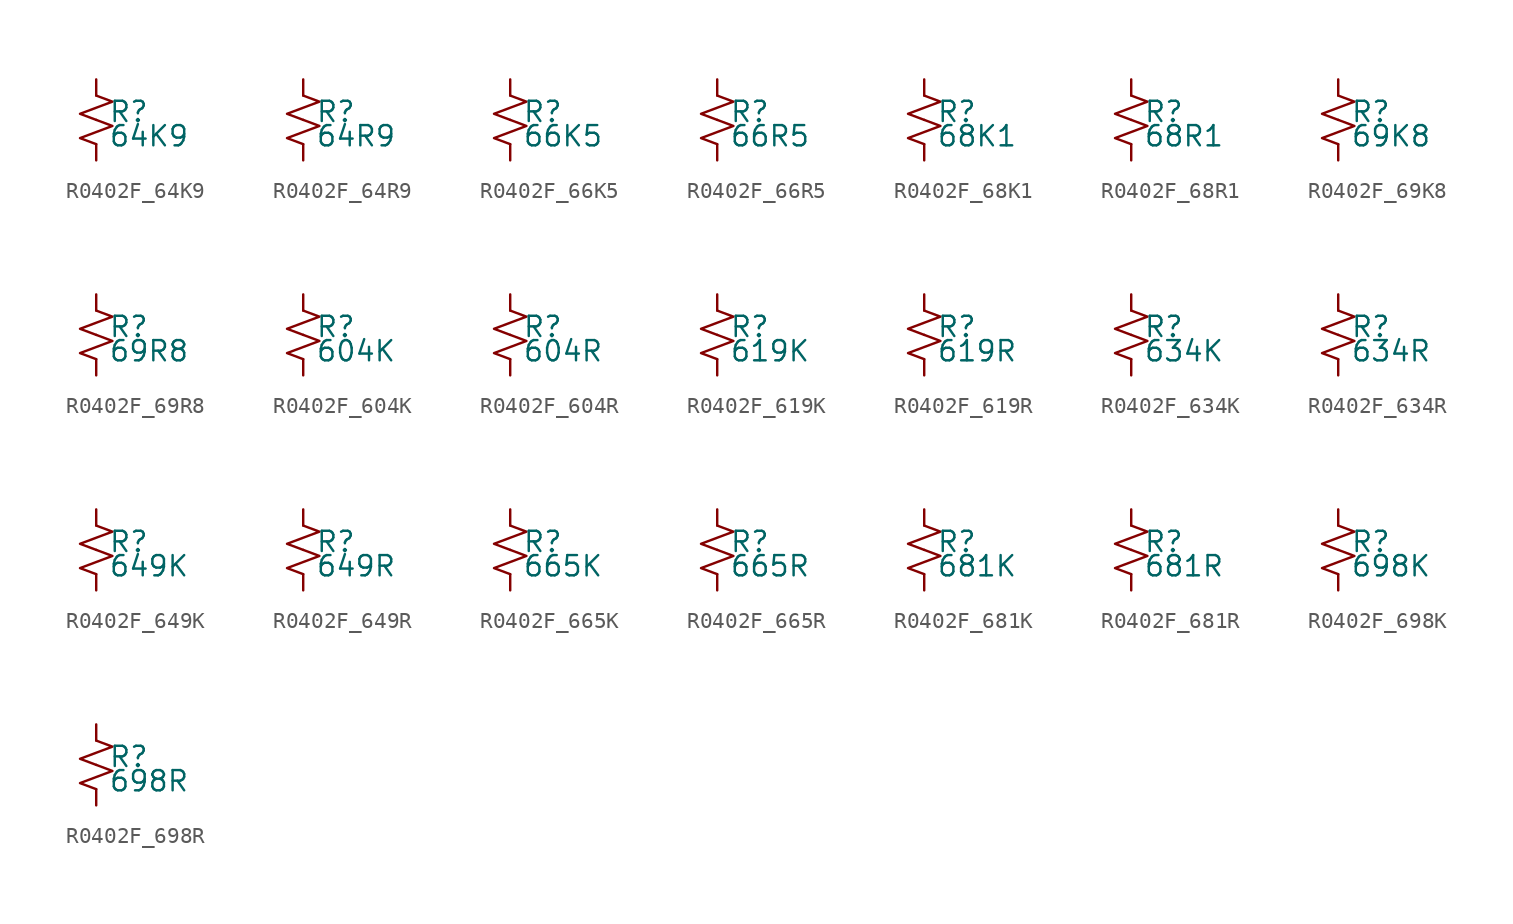
<source format=kicad_sym>
(kicad_symbol_lib
  (version 20220914)
  (generator kicad_symbol_editor)
  (symbol "R0402F_64K9"
    (pin_numbers hide)
    (pin_names
      (offset 0.254) hide)
    (property "Reference" "R"
      (at 0.762 0.508 0)
      (effects (font (size 1.27 1.27)) (justify left)))
    (property "Value" "64K9"
      (at 0.762 -1.016 0)
      (effects (font (size 1.27 1.27)) (justify left)))
    (symbol "R0402F_64K9_1_1"
      (polyline (pts (xy 0 0) (xy 1.016 -0.381) (xy 0 -0.762) (xy -1.016 -1.143) (xy 0 -1.524)) (stroke (width 0) (type default)) (fill (type none)))
      (polyline (pts (xy 0 1.524) (xy 1.016 1.143) (xy 0 0.762) (xy -1.016 0.381) (xy 0 0)) (stroke (width 0) (type default)) (fill (type none)))
      (pin passive line (at 0 2.54 270) (length 1.016) (name "~" (effects (font (size 1.27 1.27)))) (number "1" (effects (font (size 1.27 1.27)))))
      (pin passive line (at 0 -2.54 90) (length 1.016) (name "~" (effects (font (size 1.27 1.27)))) (number "2" (effects (font (size 1.27 1.27)))))))
  (symbol "R0402F_64R9"
    (pin_numbers hide)
    (pin_names
      (offset 0.254) hide)
    (property "Reference" "R"
      (at 0.762 0.508 0)
      (effects (font (size 1.27 1.27)) (justify left)))
    (property "Value" "64R9"
      (at 0.762 -1.016 0)
      (effects (font (size 1.27 1.27)) (justify left)))
    (symbol "R0402F_64R9_1_1"
      (polyline (pts (xy 0 0) (xy 1.016 -0.381) (xy 0 -0.762) (xy -1.016 -1.143) (xy 0 -1.524)) (stroke (width 0) (type default)) (fill (type none)))
      (polyline (pts (xy 0 1.524) (xy 1.016 1.143) (xy 0 0.762) (xy -1.016 0.381) (xy 0 0)) (stroke (width 0) (type default)) (fill (type none)))
      (pin passive line (at 0 2.54 270) (length 1.016) (name "~" (effects (font (size 1.27 1.27)))) (number "1" (effects (font (size 1.27 1.27)))))
      (pin passive line (at 0 -2.54 90) (length 1.016) (name "~" (effects (font (size 1.27 1.27)))) (number "2" (effects (font (size 1.27 1.27)))))))
  (symbol "R0402F_66K5"
    (pin_numbers hide)
    (pin_names
      (offset 0.254) hide)
    (property "Reference" "R"
      (at 0.762 0.508 0)
      (effects (font (size 1.27 1.27)) (justify left)))
    (property "Value" "66K5"
      (at 0.762 -1.016 0)
      (effects (font (size 1.27 1.27)) (justify left)))
    (symbol "R0402F_66K5_1_1"
      (polyline (pts (xy 0 0) (xy 1.016 -0.381) (xy 0 -0.762) (xy -1.016 -1.143) (xy 0 -1.524)) (stroke (width 0) (type default)) (fill (type none)))
      (polyline (pts (xy 0 1.524) (xy 1.016 1.143) (xy 0 0.762) (xy -1.016 0.381) (xy 0 0)) (stroke (width 0) (type default)) (fill (type none)))
      (pin passive line (at 0 2.54 270) (length 1.016) (name "~" (effects (font (size 1.27 1.27)))) (number "1" (effects (font (size 1.27 1.27)))))
      (pin passive line (at 0 -2.54 90) (length 1.016) (name "~" (effects (font (size 1.27 1.27)))) (number "2" (effects (font (size 1.27 1.27)))))))
  (symbol "R0402F_66R5"
    (pin_numbers hide)
    (pin_names
      (offset 0.254) hide)
    (property "Reference" "R"
      (at 0.762 0.508 0)
      (effects (font (size 1.27 1.27)) (justify left)))
    (property "Value" "66R5"
      (at 0.762 -1.016 0)
      (effects (font (size 1.27 1.27)) (justify left)))
    (symbol "R0402F_66R5_1_1"
      (polyline (pts (xy 0 0) (xy 1.016 -0.381) (xy 0 -0.762) (xy -1.016 -1.143) (xy 0 -1.524)) (stroke (width 0) (type default)) (fill (type none)))
      (polyline (pts (xy 0 1.524) (xy 1.016 1.143) (xy 0 0.762) (xy -1.016 0.381) (xy 0 0)) (stroke (width 0) (type default)) (fill (type none)))
      (pin passive line (at 0 2.54 270) (length 1.016) (name "~" (effects (font (size 1.27 1.27)))) (number "1" (effects (font (size 1.27 1.27)))))
      (pin passive line (at 0 -2.54 90) (length 1.016) (name "~" (effects (font (size 1.27 1.27)))) (number "2" (effects (font (size 1.27 1.27)))))))
  (symbol "R0402F_68K1"
    (pin_numbers hide)
    (pin_names
      (offset 0.254) hide)
    (property "Reference" "R"
      (at 0.762 0.508 0)
      (effects (font (size 1.27 1.27)) (justify left)))
    (property "Value" "68K1"
      (at 0.762 -1.016 0)
      (effects (font (size 1.27 1.27)) (justify left)))
    (symbol "R0402F_68K1_1_1"
      (polyline (pts (xy 0 0) (xy 1.016 -0.381) (xy 0 -0.762) (xy -1.016 -1.143) (xy 0 -1.524)) (stroke (width 0) (type default)) (fill (type none)))
      (polyline (pts (xy 0 1.524) (xy 1.016 1.143) (xy 0 0.762) (xy -1.016 0.381) (xy 0 0)) (stroke (width 0) (type default)) (fill (type none)))
      (pin passive line (at 0 2.54 270) (length 1.016) (name "~" (effects (font (size 1.27 1.27)))) (number "1" (effects (font (size 1.27 1.27)))))
      (pin passive line (at 0 -2.54 90) (length 1.016) (name "~" (effects (font (size 1.27 1.27)))) (number "2" (effects (font (size 1.27 1.27)))))))
  (symbol "R0402F_68R1"
    (pin_numbers hide)
    (pin_names
      (offset 0.254) hide)
    (property "Reference" "R"
      (at 0.762 0.508 0)
      (effects (font (size 1.27 1.27)) (justify left)))
    (property "Value" "68R1"
      (at 0.762 -1.016 0)
      (effects (font (size 1.27 1.27)) (justify left)))
    (symbol "R0402F_68R1_1_1"
      (polyline (pts (xy 0 0) (xy 1.016 -0.381) (xy 0 -0.762) (xy -1.016 -1.143) (xy 0 -1.524)) (stroke (width 0) (type default)) (fill (type none)))
      (polyline (pts (xy 0 1.524) (xy 1.016 1.143) (xy 0 0.762) (xy -1.016 0.381) (xy 0 0)) (stroke (width 0) (type default)) (fill (type none)))
      (pin passive line (at 0 2.54 270) (length 1.016) (name "~" (effects (font (size 1.27 1.27)))) (number "1" (effects (font (size 1.27 1.27)))))
      (pin passive line (at 0 -2.54 90) (length 1.016) (name "~" (effects (font (size 1.27 1.27)))) (number "2" (effects (font (size 1.27 1.27)))))))
  (symbol "R0402F_69K8"
    (pin_numbers hide)
    (pin_names
      (offset 0.254) hide)
    (property "Reference" "R"
      (at 0.762 0.508 0)
      (effects (font (size 1.27 1.27)) (justify left)))
    (property "Value" "69K8"
      (at 0.762 -1.016 0)
      (effects (font (size 1.27 1.27)) (justify left)))
    (symbol "R0402F_69K8_1_1"
      (polyline (pts (xy 0 0) (xy 1.016 -0.381) (xy 0 -0.762) (xy -1.016 -1.143) (xy 0 -1.524)) (stroke (width 0) (type default)) (fill (type none)))
      (polyline (pts (xy 0 1.524) (xy 1.016 1.143) (xy 0 0.762) (xy -1.016 0.381) (xy 0 0)) (stroke (width 0) (type default)) (fill (type none)))
      (pin passive line (at 0 2.54 270) (length 1.016) (name "~" (effects (font (size 1.27 1.27)))) (number "1" (effects (font (size 1.27 1.27)))))
      (pin passive line (at 0 -2.54 90) (length 1.016) (name "~" (effects (font (size 1.27 1.27)))) (number "2" (effects (font (size 1.27 1.27)))))))
  (symbol "R0402F_69R8"
    (pin_numbers hide)
    (pin_names
      (offset 0.254) hide)
    (property "Reference" "R"
      (at 0.762 0.508 0)
      (effects (font (size 1.27 1.27)) (justify left)))
    (property "Value" "69R8"
      (at 0.762 -1.016 0)
      (effects (font (size 1.27 1.27)) (justify left)))
    (symbol "R0402F_69R8_1_1"
      (polyline (pts (xy 0 0) (xy 1.016 -0.381) (xy 0 -0.762) (xy -1.016 -1.143) (xy 0 -1.524)) (stroke (width 0) (type default)) (fill (type none)))
      (polyline (pts (xy 0 1.524) (xy 1.016 1.143) (xy 0 0.762) (xy -1.016 0.381) (xy 0 0)) (stroke (width 0) (type default)) (fill (type none)))
      (pin passive line (at 0 2.54 270) (length 1.016) (name "~" (effects (font (size 1.27 1.27)))) (number "1" (effects (font (size 1.27 1.27)))))
      (pin passive line (at 0 -2.54 90) (length 1.016) (name "~" (effects (font (size 1.27 1.27)))) (number "2" (effects (font (size 1.27 1.27)))))))
  (symbol "R0402F_604K"
    (pin_numbers hide)
    (pin_names
      (offset 0.254) hide)
    (property "Reference" "R"
      (at 0.762 0.508 0)
      (effects (font (size 1.27 1.27)) (justify left)))
    (property "Value" "604K"
      (at 0.762 -1.016 0)
      (effects (font (size 1.27 1.27)) (justify left)))
    (symbol "R0402F_604K_1_1"
      (polyline (pts (xy 0 0) (xy 1.016 -0.381) (xy 0 -0.762) (xy -1.016 -1.143) (xy 0 -1.524)) (stroke (width 0) (type default)) (fill (type none)))
      (polyline (pts (xy 0 1.524) (xy 1.016 1.143) (xy 0 0.762) (xy -1.016 0.381) (xy 0 0)) (stroke (width 0) (type default)) (fill (type none)))
      (pin passive line (at 0 2.54 270) (length 1.016) (name "~" (effects (font (size 1.27 1.27)))) (number "1" (effects (font (size 1.27 1.27)))))
      (pin passive line (at 0 -2.54 90) (length 1.016) (name "~" (effects (font (size 1.27 1.27)))) (number "2" (effects (font (size 1.27 1.27)))))))
  (symbol "R0402F_604R"
    (pin_numbers hide)
    (pin_names
      (offset 0.254) hide)
    (property "Reference" "R"
      (at 0.762 0.508 0)
      (effects (font (size 1.27 1.27)) (justify left)))
    (property "Value" "604R"
      (at 0.762 -1.016 0)
      (effects (font (size 1.27 1.27)) (justify left)))
    (symbol "R0402F_604R_1_1"
      (polyline (pts (xy 0 0) (xy 1.016 -0.381) (xy 0 -0.762) (xy -1.016 -1.143) (xy 0 -1.524)) (stroke (width 0) (type default)) (fill (type none)))
      (polyline (pts (xy 0 1.524) (xy 1.016 1.143) (xy 0 0.762) (xy -1.016 0.381) (xy 0 0)) (stroke (width 0) (type default)) (fill (type none)))
      (pin passive line (at 0 2.54 270) (length 1.016) (name "~" (effects (font (size 1.27 1.27)))) (number "1" (effects (font (size 1.27 1.27)))))
      (pin passive line (at 0 -2.54 90) (length 1.016) (name "~" (effects (font (size 1.27 1.27)))) (number "2" (effects (font (size 1.27 1.27)))))))
  (symbol "R0402F_619K"
    (pin_numbers hide)
    (pin_names
      (offset 0.254) hide)
    (property "Reference" "R"
      (at 0.762 0.508 0)
      (effects (font (size 1.27 1.27)) (justify left)))
    (property "Value" "619K"
      (at 0.762 -1.016 0)
      (effects (font (size 1.27 1.27)) (justify left)))
    (symbol "R0402F_619K_1_1"
      (polyline (pts (xy 0 0) (xy 1.016 -0.381) (xy 0 -0.762) (xy -1.016 -1.143) (xy 0 -1.524)) (stroke (width 0) (type default)) (fill (type none)))
      (polyline (pts (xy 0 1.524) (xy 1.016 1.143) (xy 0 0.762) (xy -1.016 0.381) (xy 0 0)) (stroke (width 0) (type default)) (fill (type none)))
      (pin passive line (at 0 2.54 270) (length 1.016) (name "~" (effects (font (size 1.27 1.27)))) (number "1" (effects (font (size 1.27 1.27)))))
      (pin passive line (at 0 -2.54 90) (length 1.016) (name "~" (effects (font (size 1.27 1.27)))) (number "2" (effects (font (size 1.27 1.27)))))))
  (symbol "R0402F_619R"
    (pin_numbers hide)
    (pin_names
      (offset 0.254) hide)
    (property "Reference" "R"
      (at 0.762 0.508 0)
      (effects (font (size 1.27 1.27)) (justify left)))
    (property "Value" "619R"
      (at 0.762 -1.016 0)
      (effects (font (size 1.27 1.27)) (justify left)))
    (symbol "R0402F_619R_1_1"
      (polyline (pts (xy 0 0) (xy 1.016 -0.381) (xy 0 -0.762) (xy -1.016 -1.143) (xy 0 -1.524)) (stroke (width 0) (type default)) (fill (type none)))
      (polyline (pts (xy 0 1.524) (xy 1.016 1.143) (xy 0 0.762) (xy -1.016 0.381) (xy 0 0)) (stroke (width 0) (type default)) (fill (type none)))
      (pin passive line (at 0 2.54 270) (length 1.016) (name "~" (effects (font (size 1.27 1.27)))) (number "1" (effects (font (size 1.27 1.27)))))
      (pin passive line (at 0 -2.54 90) (length 1.016) (name "~" (effects (font (size 1.27 1.27)))) (number "2" (effects (font (size 1.27 1.27)))))))
  (symbol "R0402F_634K"
    (pin_numbers hide)
    (pin_names
      (offset 0.254) hide)
    (property "Reference" "R"
      (at 0.762 0.508 0)
      (effects (font (size 1.27 1.27)) (justify left)))
    (property "Value" "634K"
      (at 0.762 -1.016 0)
      (effects (font (size 1.27 1.27)) (justify left)))
    (symbol "R0402F_634K_1_1"
      (polyline (pts (xy 0 0) (xy 1.016 -0.381) (xy 0 -0.762) (xy -1.016 -1.143) (xy 0 -1.524)) (stroke (width 0) (type default)) (fill (type none)))
      (polyline (pts (xy 0 1.524) (xy 1.016 1.143) (xy 0 0.762) (xy -1.016 0.381) (xy 0 0)) (stroke (width 0) (type default)) (fill (type none)))
      (pin passive line (at 0 2.54 270) (length 1.016) (name "~" (effects (font (size 1.27 1.27)))) (number "1" (effects (font (size 1.27 1.27)))))
      (pin passive line (at 0 -2.54 90) (length 1.016) (name "~" (effects (font (size 1.27 1.27)))) (number "2" (effects (font (size 1.27 1.27)))))))
  (symbol "R0402F_634R"
    (pin_numbers hide)
    (pin_names
      (offset 0.254) hide)
    (property "Reference" "R"
      (at 0.762 0.508 0)
      (effects (font (size 1.27 1.27)) (justify left)))
    (property "Value" "634R"
      (at 0.762 -1.016 0)
      (effects (font (size 1.27 1.27)) (justify left)))
    (symbol "R0402F_634R_1_1"
      (polyline (pts (xy 0 0) (xy 1.016 -0.381) (xy 0 -0.762) (xy -1.016 -1.143) (xy 0 -1.524)) (stroke (width 0) (type default)) (fill (type none)))
      (polyline (pts (xy 0 1.524) (xy 1.016 1.143) (xy 0 0.762) (xy -1.016 0.381) (xy 0 0)) (stroke (width 0) (type default)) (fill (type none)))
      (pin passive line (at 0 2.54 270) (length 1.016) (name "~" (effects (font (size 1.27 1.27)))) (number "1" (effects (font (size 1.27 1.27)))))
      (pin passive line (at 0 -2.54 90) (length 1.016) (name "~" (effects (font (size 1.27 1.27)))) (number "2" (effects (font (size 1.27 1.27)))))))
  (symbol "R0402F_649K"
    (pin_numbers hide)
    (pin_names
      (offset 0.254) hide)
    (property "Reference" "R"
      (at 0.762 0.508 0)
      (effects (font (size 1.27 1.27)) (justify left)))
    (property "Value" "649K"
      (at 0.762 -1.016 0)
      (effects (font (size 1.27 1.27)) (justify left)))
    (symbol "R0402F_649K_1_1"
      (polyline (pts (xy 0 0) (xy 1.016 -0.381) (xy 0 -0.762) (xy -1.016 -1.143) (xy 0 -1.524)) (stroke (width 0) (type default)) (fill (type none)))
      (polyline (pts (xy 0 1.524) (xy 1.016 1.143) (xy 0 0.762) (xy -1.016 0.381) (xy 0 0)) (stroke (width 0) (type default)) (fill (type none)))
      (pin passive line (at 0 2.54 270) (length 1.016) (name "~" (effects (font (size 1.27 1.27)))) (number "1" (effects (font (size 1.27 1.27)))))
      (pin passive line (at 0 -2.54 90) (length 1.016) (name "~" (effects (font (size 1.27 1.27)))) (number "2" (effects (font (size 1.27 1.27)))))))
  (symbol "R0402F_649R"
    (pin_numbers hide)
    (pin_names
      (offset 0.254) hide)
    (property "Reference" "R"
      (at 0.762 0.508 0)
      (effects (font (size 1.27 1.27)) (justify left)))
    (property "Value" "649R"
      (at 0.762 -1.016 0)
      (effects (font (size 1.27 1.27)) (justify left)))
    (symbol "R0402F_649R_1_1"
      (polyline (pts (xy 0 0) (xy 1.016 -0.381) (xy 0 -0.762) (xy -1.016 -1.143) (xy 0 -1.524)) (stroke (width 0) (type default)) (fill (type none)))
      (polyline (pts (xy 0 1.524) (xy 1.016 1.143) (xy 0 0.762) (xy -1.016 0.381) (xy 0 0)) (stroke (width 0) (type default)) (fill (type none)))
      (pin passive line (at 0 2.54 270) (length 1.016) (name "~" (effects (font (size 1.27 1.27)))) (number "1" (effects (font (size 1.27 1.27)))))
      (pin passive line (at 0 -2.54 90) (length 1.016) (name "~" (effects (font (size 1.27 1.27)))) (number "2" (effects (font (size 1.27 1.27)))))))
  (symbol "R0402F_665K"
    (pin_numbers hide)
    (pin_names
      (offset 0.254) hide)
    (property "Reference" "R"
      (at 0.762 0.508 0)
      (effects (font (size 1.27 1.27)) (justify left)))
    (property "Value" "665K"
      (at 0.762 -1.016 0)
      (effects (font (size 1.27 1.27)) (justify left)))
    (symbol "R0402F_665K_1_1"
      (polyline (pts (xy 0 0) (xy 1.016 -0.381) (xy 0 -0.762) (xy -1.016 -1.143) (xy 0 -1.524)) (stroke (width 0) (type default)) (fill (type none)))
      (polyline (pts (xy 0 1.524) (xy 1.016 1.143) (xy 0 0.762) (xy -1.016 0.381) (xy 0 0)) (stroke (width 0) (type default)) (fill (type none)))
      (pin passive line (at 0 2.54 270) (length 1.016) (name "~" (effects (font (size 1.27 1.27)))) (number "1" (effects (font (size 1.27 1.27)))))
      (pin passive line (at 0 -2.54 90) (length 1.016) (name "~" (effects (font (size 1.27 1.27)))) (number "2" (effects (font (size 1.27 1.27)))))))
  (symbol "R0402F_665R"
    (pin_numbers hide)
    (pin_names
      (offset 0.254) hide)
    (property "Reference" "R"
      (at 0.762 0.508 0)
      (effects (font (size 1.27 1.27)) (justify left)))
    (property "Value" "665R"
      (at 0.762 -1.016 0)
      (effects (font (size 1.27 1.27)) (justify left)))
    (symbol "R0402F_665R_1_1"
      (polyline (pts (xy 0 0) (xy 1.016 -0.381) (xy 0 -0.762) (xy -1.016 -1.143) (xy 0 -1.524)) (stroke (width 0) (type default)) (fill (type none)))
      (polyline (pts (xy 0 1.524) (xy 1.016 1.143) (xy 0 0.762) (xy -1.016 0.381) (xy 0 0)) (stroke (width 0) (type default)) (fill (type none)))
      (pin passive line (at 0 2.54 270) (length 1.016) (name "~" (effects (font (size 1.27 1.27)))) (number "1" (effects (font (size 1.27 1.27)))))
      (pin passive line (at 0 -2.54 90) (length 1.016) (name "~" (effects (font (size 1.27 1.27)))) (number "2" (effects (font (size 1.27 1.27)))))))
  (symbol "R0402F_681K"
    (pin_numbers hide)
    (pin_names
      (offset 0.254) hide)
    (property "Reference" "R"
      (at 0.762 0.508 0)
      (effects (font (size 1.27 1.27)) (justify left)))
    (property "Value" "681K"
      (at 0.762 -1.016 0)
      (effects (font (size 1.27 1.27)) (justify left)))
    (symbol "R0402F_681K_1_1"
      (polyline (pts (xy 0 0) (xy 1.016 -0.381) (xy 0 -0.762) (xy -1.016 -1.143) (xy 0 -1.524)) (stroke (width 0) (type default)) (fill (type none)))
      (polyline (pts (xy 0 1.524) (xy 1.016 1.143) (xy 0 0.762) (xy -1.016 0.381) (xy 0 0)) (stroke (width 0) (type default)) (fill (type none)))
      (pin passive line (at 0 2.54 270) (length 1.016) (name "~" (effects (font (size 1.27 1.27)))) (number "1" (effects (font (size 1.27 1.27)))))
      (pin passive line (at 0 -2.54 90) (length 1.016) (name "~" (effects (font (size 1.27 1.27)))) (number "2" (effects (font (size 1.27 1.27)))))))
  (symbol "R0402F_681R"
    (pin_numbers hide)
    (pin_names
      (offset 0.254) hide)
    (property "Reference" "R"
      (at 0.762 0.508 0)
      (effects (font (size 1.27 1.27)) (justify left)))
    (property "Value" "681R"
      (at 0.762 -1.016 0)
      (effects (font (size 1.27 1.27)) (justify left)))
    (symbol "R0402F_681R_1_1"
      (polyline (pts (xy 0 0) (xy 1.016 -0.381) (xy 0 -0.762) (xy -1.016 -1.143) (xy 0 -1.524)) (stroke (width 0) (type default)) (fill (type none)))
      (polyline (pts (xy 0 1.524) (xy 1.016 1.143) (xy 0 0.762) (xy -1.016 0.381) (xy 0 0)) (stroke (width 0) (type default)) (fill (type none)))
      (pin passive line (at 0 2.54 270) (length 1.016) (name "~" (effects (font (size 1.27 1.27)))) (number "1" (effects (font (size 1.27 1.27)))))
      (pin passive line (at 0 -2.54 90) (length 1.016) (name "~" (effects (font (size 1.27 1.27)))) (number "2" (effects (font (size 1.27 1.27)))))))
  (symbol "R0402F_698K"
    (pin_numbers hide)
    (pin_names
      (offset 0.254) hide)
    (property "Reference" "R"
      (at 0.762 0.508 0)
      (effects (font (size 1.27 1.27)) (justify left)))
    (property "Value" "698K"
      (at 0.762 -1.016 0)
      (effects (font (size 1.27 1.27)) (justify left)))
    (symbol "R0402F_698K_1_1"
      (polyline (pts (xy 0 0) (xy 1.016 -0.381) (xy 0 -0.762) (xy -1.016 -1.143) (xy 0 -1.524)) (stroke (width 0) (type default)) (fill (type none)))
      (polyline (pts (xy 0 1.524) (xy 1.016 1.143) (xy 0 0.762) (xy -1.016 0.381) (xy 0 0)) (stroke (width 0) (type default)) (fill (type none)))
      (pin passive line (at 0 2.54 270) (length 1.016) (name "~" (effects (font (size 1.27 1.27)))) (number "1" (effects (font (size 1.27 1.27)))))
      (pin passive line (at 0 -2.54 90) (length 1.016) (name "~" (effects (font (size 1.27 1.27)))) (number "2" (effects (font (size 1.27 1.27)))))))
  (symbol "R0402F_698R"
    (pin_numbers hide)
    (pin_names
      (offset 0.254) hide)
    (property "Reference" "R"
      (at 0.762 0.508 0)
      (effects (font (size 1.27 1.27)) (justify left)))
    (property "Value" "698R"
      (at 0.762 -1.016 0)
      (effects (font (size 1.27 1.27)) (justify left)))
    (symbol "R0402F_698R_1_1"
      (polyline (pts (xy 0 0) (xy 1.016 -0.381) (xy 0 -0.762) (xy -1.016 -1.143) (xy 0 -1.524)) (stroke (width 0) (type default)) (fill (type none)))
      (polyline (pts (xy 0 1.524) (xy 1.016 1.143) (xy 0 0.762) (xy -1.016 0.381) (xy 0 0)) (stroke (width 0) (type default)) (fill (type none)))
      (pin passive line (at 0 2.54 270) (length 1.016) (name "~" (effects (font (size 1.27 1.27)))) (number "1" (effects (font (size 1.27 1.27)))))
      (pin passive line (at 0 -2.54 90) (length 1.016) (name "~" (effects (font (size 1.27 1.27)))) (number "2" (effects (font (size 1.27 1.27))))))))
</source>
